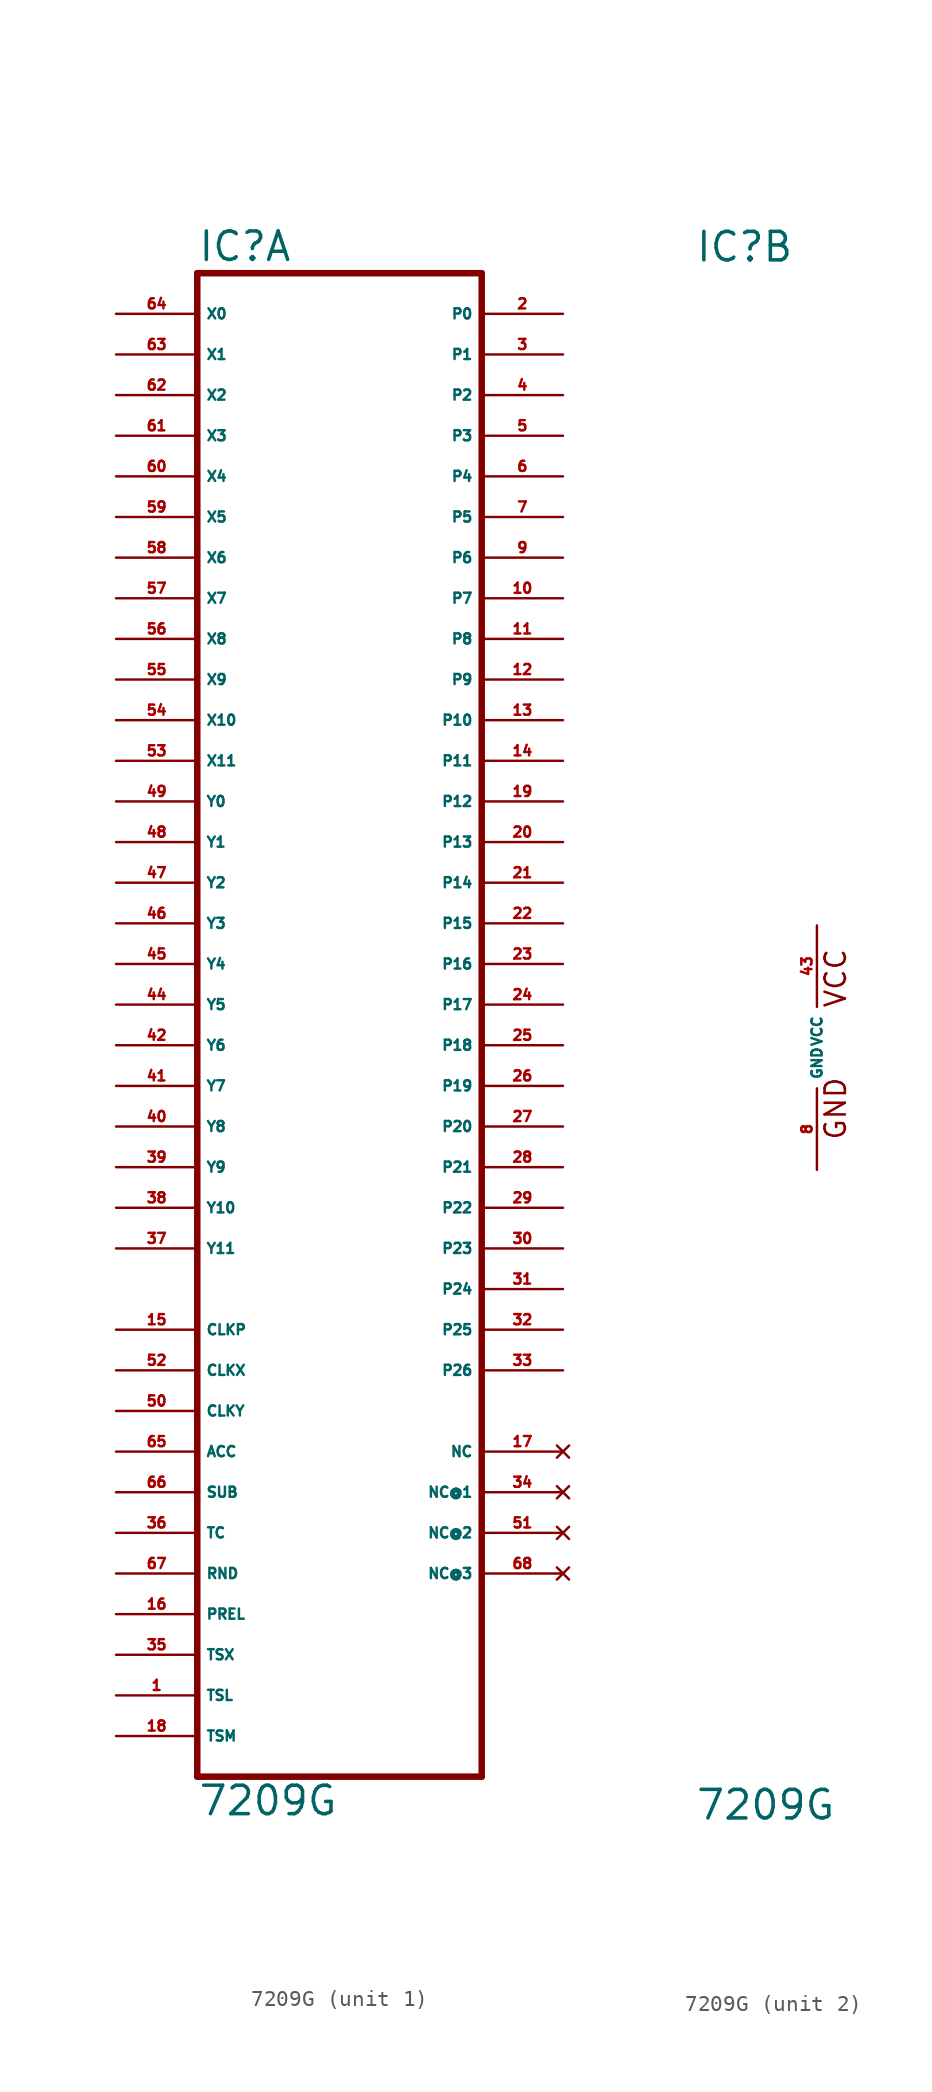
<source format=kicad_sym>
(kicad_symbol_lib
  (version 20220914)
  (generator Eagle2Kicad)
  (symbol "7209G"
    (property "Reference" "IC"
      (at -7.62 48.895 0)
      (effects (font (size 1.778 1.778) (thickness 0.22)) (justify left bottom)))
    (property "Value" "7209G"
      (at -7.62 -48.26 0)
      (effects (font (size 1.778 1.778) (thickness 0.22)) (justify left bottom)))
    (symbol "7209G_1_0"
      (polyline (pts (xy -7.62 -45.72) (xy 10.16 -45.72)) (stroke (width 0.406) (type default)) (fill (type none)))
      (polyline (pts (xy 10.16 -45.72) (xy 10.16 48.26)) (stroke (width 0.406) (type default)) (fill (type none)))
      (polyline (pts (xy 10.16 48.26) (xy -7.62 48.26)) (stroke (width 0.406) (type default)) (fill (type none)))
      (polyline (pts (xy -7.62 48.26) (xy -7.62 -45.72)) (stroke (width 0.406) (type default)) (fill (type none)))
      (pin input line (at -12.7 45.72 0) (length 5.08) (name "X0" (effects (font (size 0.635 0.635) (thickness 0.08)) (justify left bottom))) (number "64" (effects (font (size 0.635 0.635) (thickness 0.08)) (justify left bottom))))
      (pin input line (at -12.7 43.18 0) (length 5.08) (name "X1" (effects (font (size 0.635 0.635) (thickness 0.08)) (justify left bottom))) (number "63" (effects (font (size 0.635 0.635) (thickness 0.08)) (justify left bottom))))
      (pin input line (at -12.7 40.64 0) (length 5.08) (name "X2" (effects (font (size 0.635 0.635) (thickness 0.08)) (justify left bottom))) (number "62" (effects (font (size 0.635 0.635) (thickness 0.08)) (justify left bottom))))
      (pin input line (at -12.7 38.1 0) (length 5.08) (name "X3" (effects (font (size 0.635 0.635) (thickness 0.08)) (justify left bottom))) (number "61" (effects (font (size 0.635 0.635) (thickness 0.08)) (justify left bottom))))
      (pin input line (at -12.7 35.56 0) (length 5.08) (name "X4" (effects (font (size 0.635 0.635) (thickness 0.08)) (justify left bottom))) (number "60" (effects (font (size 0.635 0.635) (thickness 0.08)) (justify left bottom))))
      (pin input line (at -12.7 33.02 0) (length 5.08) (name "X5" (effects (font (size 0.635 0.635) (thickness 0.08)) (justify left bottom))) (number "59" (effects (font (size 0.635 0.635) (thickness 0.08)) (justify left bottom))))
      (pin input line (at -12.7 30.48 0) (length 5.08) (name "X6" (effects (font (size 0.635 0.635) (thickness 0.08)) (justify left bottom))) (number "58" (effects (font (size 0.635 0.635) (thickness 0.08)) (justify left bottom))))
      (pin input line (at -12.7 27.94 0) (length 5.08) (name "X7" (effects (font (size 0.635 0.635) (thickness 0.08)) (justify left bottom))) (number "57" (effects (font (size 0.635 0.635) (thickness 0.08)) (justify left bottom))))
      (pin input line (at -12.7 25.4 0) (length 5.08) (name "X8" (effects (font (size 0.635 0.635) (thickness 0.08)) (justify left bottom))) (number "56" (effects (font (size 0.635 0.635) (thickness 0.08)) (justify left bottom))))
      (pin input line (at -12.7 22.86 0) (length 5.08) (name "X9" (effects (font (size 0.635 0.635) (thickness 0.08)) (justify left bottom))) (number "55" (effects (font (size 0.635 0.635) (thickness 0.08)) (justify left bottom))))
      (pin input line (at -12.7 20.32 0) (length 5.08) (name "X10" (effects (font (size 0.635 0.635) (thickness 0.08)) (justify left bottom))) (number "54" (effects (font (size 0.635 0.635) (thickness 0.08)) (justify left bottom))))
      (pin input line (at -12.7 17.78 0) (length 5.08) (name "X11" (effects (font (size 0.635 0.635) (thickness 0.08)) (justify left bottom))) (number "53" (effects (font (size 0.635 0.635) (thickness 0.08)) (justify left bottom))))
      (pin input line (at -12.7 15.24 0) (length 5.08) (name "Y0" (effects (font (size 0.635 0.635) (thickness 0.08)) (justify left bottom))) (number "49" (effects (font (size 0.635 0.635) (thickness 0.08)) (justify left bottom))))
      (pin input line (at -12.7 12.7 0) (length 5.08) (name "Y1" (effects (font (size 0.635 0.635) (thickness 0.08)) (justify left bottom))) (number "48" (effects (font (size 0.635 0.635) (thickness 0.08)) (justify left bottom))))
      (pin input line (at -12.7 10.16 0) (length 5.08) (name "Y2" (effects (font (size 0.635 0.635) (thickness 0.08)) (justify left bottom))) (number "47" (effects (font (size 0.635 0.635) (thickness 0.08)) (justify left bottom))))
      (pin input line (at -12.7 7.62 0) (length 5.08) (name "Y3" (effects (font (size 0.635 0.635) (thickness 0.08)) (justify left bottom))) (number "46" (effects (font (size 0.635 0.635) (thickness 0.08)) (justify left bottom))))
      (pin input line (at -12.7 5.08 0) (length 5.08) (name "Y4" (effects (font (size 0.635 0.635) (thickness 0.08)) (justify left bottom))) (number "45" (effects (font (size 0.635 0.635) (thickness 0.08)) (justify left bottom))))
      (pin input line (at -12.7 2.54 0) (length 5.08) (name "Y5" (effects (font (size 0.635 0.635) (thickness 0.08)) (justify left bottom))) (number "44" (effects (font (size 0.635 0.635) (thickness 0.08)) (justify left bottom))))
      (pin input line (at -12.7 0 0) (length 5.08) (name "Y6" (effects (font (size 0.635 0.635) (thickness 0.08)) (justify left bottom))) (number "42" (effects (font (size 0.635 0.635) (thickness 0.08)) (justify left bottom))))
      (pin input line (at -12.7 -2.54 0) (length 5.08) (name "Y7" (effects (font (size 0.635 0.635) (thickness 0.08)) (justify left bottom))) (number "41" (effects (font (size 0.635 0.635) (thickness 0.08)) (justify left bottom))))
      (pin input line (at -12.7 -5.08 0) (length 5.08) (name "Y8" (effects (font (size 0.635 0.635) (thickness 0.08)) (justify left bottom))) (number "40" (effects (font (size 0.635 0.635) (thickness 0.08)) (justify left bottom))))
      (pin input line (at -12.7 -7.62 0) (length 5.08) (name "Y9" (effects (font (size 0.635 0.635) (thickness 0.08)) (justify left bottom))) (number "39" (effects (font (size 0.635 0.635) (thickness 0.08)) (justify left bottom))))
      (pin input line (at -12.7 -10.16 0) (length 5.08) (name "Y10" (effects (font (size 0.635 0.635) (thickness 0.08)) (justify left bottom))) (number "38" (effects (font (size 0.635 0.635) (thickness 0.08)) (justify left bottom))))
      (pin input line (at -12.7 -12.7 0) (length 5.08) (name "Y11" (effects (font (size 0.635 0.635) (thickness 0.08)) (justify left bottom))) (number "37" (effects (font (size 0.635 0.635) (thickness 0.08)) (justify left bottom))))
      (pin output line (at 15.24 45.72 180) (length 5.08) (name "P0" (effects (font (size 0.635 0.635) (thickness 0.08)) (justify left bottom))) (number "2" (effects (font (size 0.635 0.635) (thickness 0.08)) (justify left bottom))))
      (pin output line (at 15.24 43.18 180) (length 5.08) (name "P1" (effects (font (size 0.635 0.635) (thickness 0.08)) (justify left bottom))) (number "3" (effects (font (size 0.635 0.635) (thickness 0.08)) (justify left bottom))))
      (pin output line (at 15.24 40.64 180) (length 5.08) (name "P2" (effects (font (size 0.635 0.635) (thickness 0.08)) (justify left bottom))) (number "4" (effects (font (size 0.635 0.635) (thickness 0.08)) (justify left bottom))))
      (pin output line (at 15.24 38.1 180) (length 5.08) (name "P3" (effects (font (size 0.635 0.635) (thickness 0.08)) (justify left bottom))) (number "5" (effects (font (size 0.635 0.635) (thickness 0.08)) (justify left bottom))))
      (pin output line (at 15.24 35.56 180) (length 5.08) (name "P4" (effects (font (size 0.635 0.635) (thickness 0.08)) (justify left bottom))) (number "6" (effects (font (size 0.635 0.635) (thickness 0.08)) (justify left bottom))))
      (pin output line (at 15.24 33.02 180) (length 5.08) (name "P5" (effects (font (size 0.635 0.635) (thickness 0.08)) (justify left bottom))) (number "7" (effects (font (size 0.635 0.635) (thickness 0.08)) (justify left bottom))))
      (pin output line (at 15.24 30.48 180) (length 5.08) (name "P6" (effects (font (size 0.635 0.635) (thickness 0.08)) (justify left bottom))) (number "9" (effects (font (size 0.635 0.635) (thickness 0.08)) (justify left bottom))))
      (pin output line (at 15.24 27.94 180) (length 5.08) (name "P7" (effects (font (size 0.635 0.635) (thickness 0.08)) (justify left bottom))) (number "10" (effects (font (size 0.635 0.635) (thickness 0.08)) (justify left bottom))))
      (pin output line (at 15.24 25.4 180) (length 5.08) (name "P8" (effects (font (size 0.635 0.635) (thickness 0.08)) (justify left bottom))) (number "11" (effects (font (size 0.635 0.635) (thickness 0.08)) (justify left bottom))))
      (pin output line (at 15.24 22.86 180) (length 5.08) (name "P9" (effects (font (size 0.635 0.635) (thickness 0.08)) (justify left bottom))) (number "12" (effects (font (size 0.635 0.635) (thickness 0.08)) (justify left bottom))))
      (pin output line (at 15.24 20.32 180) (length 5.08) (name "P10" (effects (font (size 0.635 0.635) (thickness 0.08)) (justify left bottom))) (number "13" (effects (font (size 0.635 0.635) (thickness 0.08)) (justify left bottom))))
      (pin output line (at 15.24 17.78 180) (length 5.08) (name "P11" (effects (font (size 0.635 0.635) (thickness 0.08)) (justify left bottom))) (number "14" (effects (font (size 0.635 0.635) (thickness 0.08)) (justify left bottom))))
      (pin output line (at 15.24 15.24 180) (length 5.08) (name "P12" (effects (font (size 0.635 0.635) (thickness 0.08)) (justify left bottom))) (number "19" (effects (font (size 0.635 0.635) (thickness 0.08)) (justify left bottom))))
      (pin output line (at 15.24 12.7 180) (length 5.08) (name "P13" (effects (font (size 0.635 0.635) (thickness 0.08)) (justify left bottom))) (number "20" (effects (font (size 0.635 0.635) (thickness 0.08)) (justify left bottom))))
      (pin output line (at 15.24 10.16 180) (length 5.08) (name "P14" (effects (font (size 0.635 0.635) (thickness 0.08)) (justify left bottom))) (number "21" (effects (font (size 0.635 0.635) (thickness 0.08)) (justify left bottom))))
      (pin output line (at 15.24 7.62 180) (length 5.08) (name "P15" (effects (font (size 0.635 0.635) (thickness 0.08)) (justify left bottom))) (number "22" (effects (font (size 0.635 0.635) (thickness 0.08)) (justify left bottom))))
      (pin output line (at 15.24 5.08 180) (length 5.08) (name "P16" (effects (font (size 0.635 0.635) (thickness 0.08)) (justify left bottom))) (number "23" (effects (font (size 0.635 0.635) (thickness 0.08)) (justify left bottom))))
      (pin output line (at 15.24 2.54 180) (length 5.08) (name "P17" (effects (font (size 0.635 0.635) (thickness 0.08)) (justify left bottom))) (number "24" (effects (font (size 0.635 0.635) (thickness 0.08)) (justify left bottom))))
      (pin output line (at 15.24 0 180) (length 5.08) (name "P18" (effects (font (size 0.635 0.635) (thickness 0.08)) (justify left bottom))) (number "25" (effects (font (size 0.635 0.635) (thickness 0.08)) (justify left bottom))))
      (pin output line (at 15.24 -2.54 180) (length 5.08) (name "P19" (effects (font (size 0.635 0.635) (thickness 0.08)) (justify left bottom))) (number "26" (effects (font (size 0.635 0.635) (thickness 0.08)) (justify left bottom))))
      (pin output line (at 15.24 -5.08 180) (length 5.08) (name "P20" (effects (font (size 0.635 0.635) (thickness 0.08)) (justify left bottom))) (number "27" (effects (font (size 0.635 0.635) (thickness 0.08)) (justify left bottom))))
      (pin output line (at 15.24 -7.62 180) (length 5.08) (name "P21" (effects (font (size 0.635 0.635) (thickness 0.08)) (justify left bottom))) (number "28" (effects (font (size 0.635 0.635) (thickness 0.08)) (justify left bottom))))
      (pin output line (at 15.24 -10.16 180) (length 5.08) (name "P22" (effects (font (size 0.635 0.635) (thickness 0.08)) (justify left bottom))) (number "29" (effects (font (size 0.635 0.635) (thickness 0.08)) (justify left bottom))))
      (pin output line (at 15.24 -12.7 180) (length 5.08) (name "P23" (effects (font (size 0.635 0.635) (thickness 0.08)) (justify left bottom))) (number "30" (effects (font (size 0.635 0.635) (thickness 0.08)) (justify left bottom))))
      (pin input line (at -12.7 -25.4 0) (length 5.08) (name "ACC" (effects (font (size 0.635 0.635) (thickness 0.08)) (justify left bottom))) (number "65" (effects (font (size 0.635 0.635) (thickness 0.08)) (justify left bottom))))
      (pin input line (at -12.7 -20.32 0) (length 5.08) (name "CLKX" (effects (font (size 0.635 0.635) (thickness 0.08)) (justify left bottom))) (number "52" (effects (font (size 0.635 0.635) (thickness 0.08)) (justify left bottom))))
      (pin input line (at -12.7 -22.86 0) (length 5.08) (name "CLKY" (effects (font (size 0.635 0.635) (thickness 0.08)) (justify left bottom))) (number "50" (effects (font (size 0.635 0.635) (thickness 0.08)) (justify left bottom))))
      (pin input line (at -12.7 -27.94 0) (length 5.08) (name "SUB" (effects (font (size 0.635 0.635) (thickness 0.08)) (justify left bottom))) (number "66" (effects (font (size 0.635 0.635) (thickness 0.08)) (justify left bottom))))
      (pin input line (at -12.7 -30.48 0) (length 5.08) (name "TC" (effects (font (size 0.635 0.635) (thickness 0.08)) (justify left bottom))) (number "36" (effects (font (size 0.635 0.635) (thickness 0.08)) (justify left bottom))))
      (pin input line (at -12.7 -33.02 0) (length 5.08) (name "RND" (effects (font (size 0.635 0.635) (thickness 0.08)) (justify left bottom))) (number "67" (effects (font (size 0.635 0.635) (thickness 0.08)) (justify left bottom))))
      (pin input line (at -12.7 -35.56 0) (length 5.08) (name "PREL" (effects (font (size 0.635 0.635) (thickness 0.08)) (justify left bottom))) (number "16" (effects (font (size 0.635 0.635) (thickness 0.08)) (justify left bottom))))
      (pin input line (at -12.7 -38.1 0) (length 5.08) (name "TSX" (effects (font (size 0.635 0.635) (thickness 0.08)) (justify left bottom))) (number "35" (effects (font (size 0.635 0.635) (thickness 0.08)) (justify left bottom))))
      (pin input line (at -12.7 -40.64 0) (length 5.08) (name "TSL" (effects (font (size 0.635 0.635) (thickness 0.08)) (justify left bottom))) (number "1" (effects (font (size 0.635 0.635) (thickness 0.08)) (justify left bottom))))
      (pin input line (at -12.7 -43.18 0) (length 5.08) (name "TSM" (effects (font (size 0.635 0.635) (thickness 0.08)) (justify left bottom))) (number "18" (effects (font (size 0.635 0.635) (thickness 0.08)) (justify left bottom))))
      (pin input line (at -12.7 -17.78 0) (length 5.08) (name "CLKP" (effects (font (size 0.635 0.635) (thickness 0.08)) (justify left bottom))) (number "15" (effects (font (size 0.635 0.635) (thickness 0.08)) (justify left bottom))))
      (pin output line (at 15.24 -15.24 180) (length 5.08) (name "P24" (effects (font (size 0.635 0.635) (thickness 0.08)) (justify left bottom))) (number "31" (effects (font (size 0.635 0.635) (thickness 0.08)) (justify left bottom))))
      (pin output line (at 15.24 -17.78 180) (length 5.08) (name "P25" (effects (font (size 0.635 0.635) (thickness 0.08)) (justify left bottom))) (number "32" (effects (font (size 0.635 0.635) (thickness 0.08)) (justify left bottom))))
      (pin output line (at 15.24 -20.32 180) (length 5.08) (name "P26" (effects (font (size 0.635 0.635) (thickness 0.08)) (justify left bottom))) (number "33" (effects (font (size 0.635 0.635) (thickness 0.08)) (justify left bottom))))
      (pin no_connect line (at 15.24 -25.4 180) (length 5.08) (name "NC" (effects (font (size 0.635 0.635) (thickness 0.08)) (justify left bottom) hide)) (number "17" (effects (font (size 0.635 0.635) (thickness 0.08)) (justify left bottom) hide)))
      (pin no_connect line (at 15.24 -27.94 180) (length 5.08) (name "NC@1" (effects (font (size 0.635 0.635) (thickness 0.08)) (justify left bottom) hide)) (number "34" (effects (font (size 0.635 0.635) (thickness 0.08)) (justify left bottom) hide)))
      (pin no_connect line (at 15.24 -30.48 180) (length 5.08) (name "NC@2" (effects (font (size 0.635 0.635) (thickness 0.08)) (justify left bottom) hide)) (number "51" (effects (font (size 0.635 0.635) (thickness 0.08)) (justify left bottom) hide)))
      (pin no_connect line (at 15.24 -33.02 180) (length 5.08) (name "NC@3" (effects (font (size 0.635 0.635) (thickness 0.08)) (justify left bottom) hide)) (number "68" (effects (font (size 0.635 0.635) (thickness 0.08)) (justify left bottom) hide))))
    (symbol "7209G_2_0"
      (text "GND" (at 1.905 -5.842 900) (effects (font (size 1.27 1.27) (thickness 0.16)) (justify left bottom)))
      (text "VCC" (at 1.905 2.413 900) (effects (font (size 1.27 1.27) (thickness 0.16)) (justify left bottom)))
      (pin unspecified line (at 0 7.62 270) (length 5.08) (name "VCC" (effects (font (size 0.635 0.635) (thickness 0.08)) (justify left bottom))) (number "43" (effects (font (size 0.635 0.635) (thickness 0.08)) (justify left bottom))))
      (pin unspecified line (at 0 -7.62 90) (length 5.08) (name "GND" (effects (font (size 0.635 0.635) (thickness 0.08)) (justify left bottom))) (number "8" (effects (font (size 0.635 0.635) (thickness 0.08)) (justify left bottom)))))))
</source>
